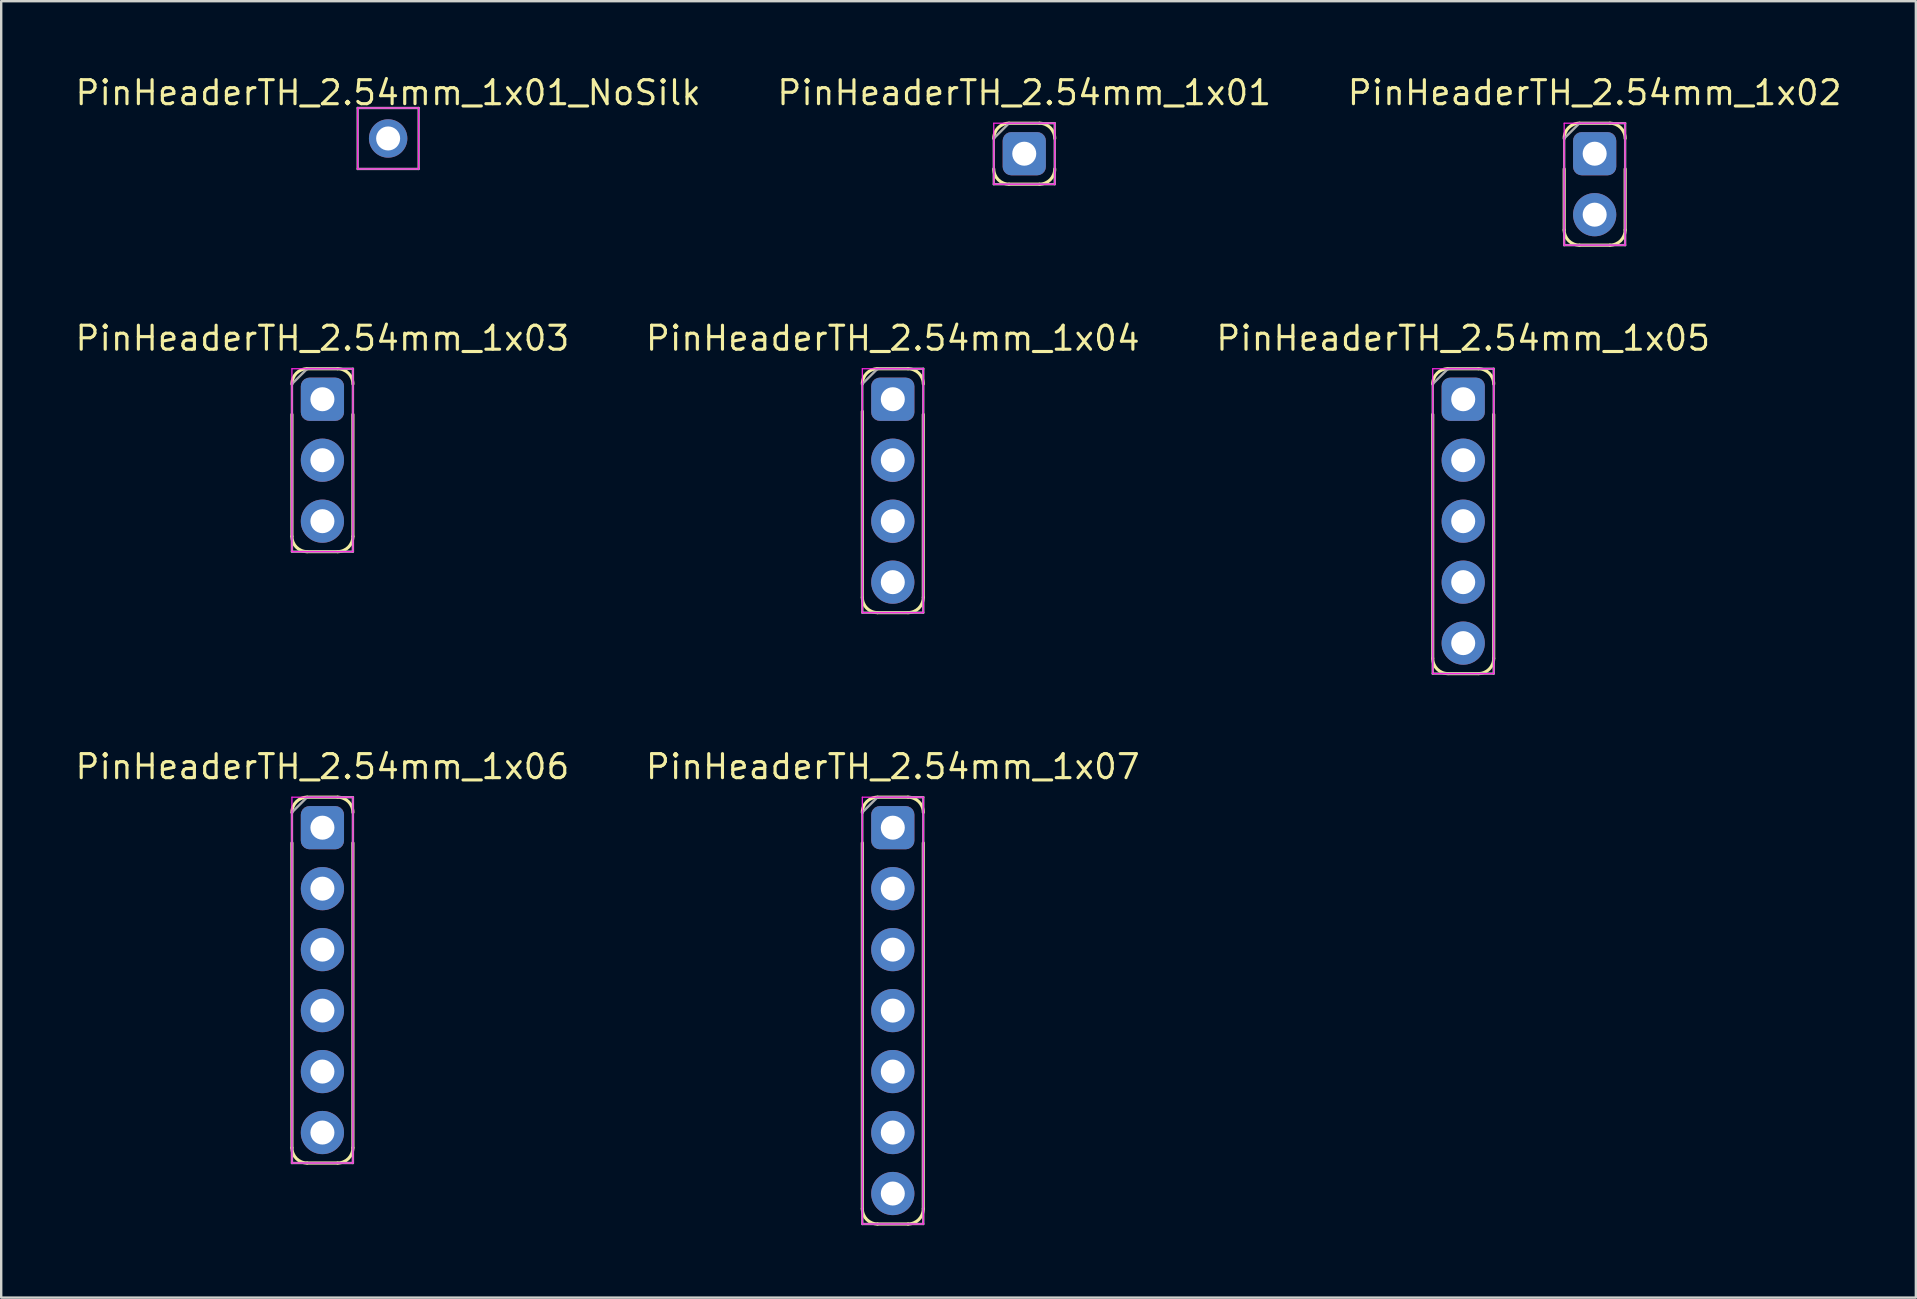
<source format=kicad_pcb>
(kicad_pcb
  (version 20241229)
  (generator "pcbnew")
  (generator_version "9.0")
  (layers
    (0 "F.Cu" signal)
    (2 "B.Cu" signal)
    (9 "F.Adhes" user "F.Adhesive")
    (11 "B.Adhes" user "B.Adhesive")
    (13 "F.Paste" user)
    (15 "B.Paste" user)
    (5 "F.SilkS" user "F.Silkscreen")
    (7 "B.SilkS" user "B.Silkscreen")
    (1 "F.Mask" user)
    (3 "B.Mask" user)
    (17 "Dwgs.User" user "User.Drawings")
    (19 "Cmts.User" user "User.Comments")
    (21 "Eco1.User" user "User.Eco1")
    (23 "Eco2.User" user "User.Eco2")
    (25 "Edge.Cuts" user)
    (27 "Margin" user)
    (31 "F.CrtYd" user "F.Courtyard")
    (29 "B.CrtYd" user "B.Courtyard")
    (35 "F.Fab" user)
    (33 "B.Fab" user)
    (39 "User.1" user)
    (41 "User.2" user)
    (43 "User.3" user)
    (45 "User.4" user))
  (footprint "PinHeaderTH_2.54mm_1x03"
    (layer "F.Cu")
    (at 10.381 13.581)
    (property "Reference" "PinHeaderTH_2.54mm_1x03" (at 0 -2.54 0) (layer "F.SilkS") (effects (font (size 1 1) (thickness 0.13))))
    (attr through_hole)
    (fp_line (start -1.27 0.635) (end -1.27 5.715) (stroke (width 0.13) (type solid)) (layer "F.SilkS"))
    (fp_line (start -0.635 -1.27) (end 0.635 -1.27) (stroke (width 0.13) (type solid)) (layer "F.SilkS"))
    (fp_line (start -0.635 6.35) (end 0.635 6.35) (stroke (width 0.13) (type solid)) (layer "F.SilkS"))
    (fp_line (start 1.27 0.635) (end 1.27 5.715) (stroke (width 0.13) (type solid)) (layer "F.SilkS"))
    (fp_arc (start -1.27 -0.635) (mid -1.084013 -1.084013) (end -0.635 -1.27) (stroke (width 0.13) (type solid)) (layer "F.SilkS"))
    (fp_arc (start -0.635 6.35) (mid -1.084013 6.164013) (end -1.27 5.715) (stroke (width 0.13) (type solid)) (layer "F.SilkS"))
    (fp_arc (start 0.635 -1.27) (mid 1.084013 -1.084013) (end 1.27 -0.635) (stroke (width 0.13) (type solid)) (layer "F.SilkS"))
    (fp_arc (start 1.27 5.715) (mid 1.084013 6.164013) (end 0.635 6.35) (stroke (width 0.13) (type solid)) (layer "F.SilkS"))
    (fp_line (start -1.27 -1.27) (end -1.27 6.35) (stroke (width 0.05) (type solid)) (layer "F.CrtYd"))
    (fp_line (start -1.27 -1.27) (end 1.27 -1.27) (stroke (width 0.05) (type solid)) (layer "F.CrtYd"))
    (fp_line (start -1.27 6.35) (end 1.27 6.35) (stroke (width 0.05) (type solid)) (layer "F.CrtYd"))
    (fp_line (start 1.27 6.35) (end 1.27 -1.27) (stroke (width 0.05) (type solid)) (layer "F.CrtYd"))
    (fp_line (start -1.27 -0.635) (end -0.635 -1.27) (stroke (width 0.1) (type solid)) (layer "F.Fab"))
    (fp_line (start -1.27 6.35) (end -1.27 -0.635) (stroke (width 0.1) (type solid)) (layer "F.Fab"))
    (fp_line (start -0.635 -1.27) (end 1.27 -1.27) (stroke (width 0.1) (type solid)) (layer "F.Fab"))
    (fp_line (start 1.27 -1.27) (end 1.27 6.35) (stroke (width 0.1) (type solid)) (layer "F.Fab"))
    (fp_line (start 1.27 6.35) (end -1.27 6.35) (stroke (width 0.1) (type solid)) (layer "F.Fab"))
    (pad "1" thru_hole roundrect (at 0 0) (size 1.8 1.8) (drill 1) (layers "*.Cu" "*.Mask") (roundrect_rratio 0.2))
    (pad "2" thru_hole oval (at 0 2.54) (size 1.8 1.8) (drill 1) (layers "*.Cu" "*.Mask"))
    (pad "3" thru_hole oval (at 0 5.08) (size 1.8 1.8) (drill 1) (layers "*.Cu" "*.Mask")))
  (footprint "PinHeaderTH_2.54mm_1x04"
    (layer "F.Cu")
    (at 34.142 13.581)
    (property "Reference" "PinHeaderTH_2.54mm_1x04" (at 0 -2.54 0) (layer "F.SilkS") (effects (font (size 1 1) (thickness 0.13))))
    (attr through_hole)
    (fp_line (start -1.27 0.508) (end -1.27 8.255) (stroke (width 0.13) (type solid)) (layer "F.SilkS"))
    (fp_line (start -0.635 -1.27) (end 0.635 -1.27) (stroke (width 0.13) (type solid)) (layer "F.SilkS"))
    (fp_line (start -0.635 8.89) (end 0.635 8.89) (stroke (width 0.13) (type solid)) (layer "F.SilkS"))
    (fp_line (start 1.27 0.635) (end 1.27 8.255) (stroke (width 0.13) (type solid)) (layer "F.SilkS"))
    (fp_arc (start -1.27 -0.635) (mid -1.084013 -1.084013) (end -0.635 -1.27) (stroke (width 0.13) (type solid)) (layer "F.SilkS"))
    (fp_arc (start -0.635 8.89) (mid -1.084013 8.704013) (end -1.27 8.255) (stroke (width 0.13) (type solid)) (layer "F.SilkS"))
    (fp_arc (start 0.635 -1.27) (mid 1.084013 -1.084013) (end 1.27 -0.635) (stroke (width 0.13) (type solid)) (layer "F.SilkS"))
    (fp_arc (start 1.27 8.255) (mid 1.084013 8.704013) (end 0.635 8.89) (stroke (width 0.13) (type solid)) (layer "F.SilkS"))
    (fp_line (start -1.27 -1.27) (end -1.27 8.89) (stroke (width 0.05) (type solid)) (layer "F.CrtYd"))
    (fp_line (start -1.27 -1.27) (end 1.27 -1.27) (stroke (width 0.05) (type solid)) (layer "F.CrtYd"))
    (fp_line (start -1.27 8.89) (end 1.27 8.89) (stroke (width 0.05) (type solid)) (layer "F.CrtYd"))
    (fp_line (start 1.27 8.89) (end 1.27 -1.27) (stroke (width 0.05) (type solid)) (layer "F.CrtYd"))
    (fp_line (start -1.27 -0.635) (end -0.635 -1.27) (stroke (width 0.1) (type solid)) (layer "F.Fab"))
    (fp_line (start -1.27 8.89) (end -1.27 -0.635) (stroke (width 0.1) (type solid)) (layer "F.Fab"))
    (fp_line (start -0.635 -1.27) (end 1.27 -1.27) (stroke (width 0.1) (type solid)) (layer "F.Fab"))
    (fp_line (start 1.27 -1.27) (end 1.27 8.89) (stroke (width 0.1) (type solid)) (layer "F.Fab"))
    (fp_line (start 1.27 8.89) (end -1.27 8.89) (stroke (width 0.1) (type solid)) (layer "F.Fab"))
    (pad "1" thru_hole roundrect (at 0 0) (size 1.8 1.8) (drill 1) (layers "*.Cu" "*.Mask") (roundrect_rratio 0.2))
    (pad "2" thru_hole oval (at 0 2.54) (size 1.8 1.8) (drill 1) (layers "*.Cu" "*.Mask"))
    (pad "3" thru_hole oval (at 0 5.08) (size 1.8 1.8) (drill 1) (layers "*.Cu" "*.Mask"))
    (pad "4" thru_hole oval (at 0 7.62) (size 1.8 1.8) (drill 1) (layers "*.Cu" "*.Mask")))
  (footprint "PinHeaderTH_2.54mm_1x06"
    (layer "F.Cu")
    (at 10.381 31.429)
    (property "Reference" "PinHeaderTH_2.54mm_1x06" (at 0 -2.54 0) (layer "F.SilkS") (effects (font (size 1 1) (thickness 0.13))))
    (attr through_hole)
    (fp_line (start -1.27 0.635) (end -1.27 13.335) (stroke (width 0.13) (type solid)) (layer "F.SilkS"))
    (fp_line (start -0.635 -1.27) (end 0.635 -1.27) (stroke (width 0.13) (type solid)) (layer "F.SilkS"))
    (fp_line (start -0.635 13.97) (end 0.635 13.97) (stroke (width 0.13) (type solid)) (layer "F.SilkS"))
    (fp_line (start 1.27 0.635) (end 1.27 13.335) (stroke (width 0.13) (type solid)) (layer "F.SilkS"))
    (fp_arc (start -1.27 -0.635) (mid -1.084013 -1.084013) (end -0.635 -1.27) (stroke (width 0.13) (type solid)) (layer "F.SilkS"))
    (fp_arc (start -0.635 13.97) (mid -1.084013 13.784013) (end -1.27 13.335) (stroke (width 0.13) (type solid)) (layer "F.SilkS"))
    (fp_arc (start 0.635 -1.27) (mid 1.084013 -1.084013) (end 1.27 -0.635) (stroke (width 0.13) (type solid)) (layer "F.SilkS"))
    (fp_arc (start 1.27 13.335) (mid 1.084013 13.784013) (end 0.635 13.97) (stroke (width 0.13) (type solid)) (layer "F.SilkS"))
    (fp_line (start -1.27 -1.27) (end -1.27 13.97) (stroke (width 0.05) (type solid)) (layer "F.CrtYd"))
    (fp_line (start -1.27 -1.27) (end 1.27 -1.27) (stroke (width 0.05) (type solid)) (layer "F.CrtYd"))
    (fp_line (start -1.27 13.97) (end 1.27 13.97) (stroke (width 0.05) (type solid)) (layer "F.CrtYd"))
    (fp_line (start 1.27 13.97) (end 1.27 -1.27) (stroke (width 0.05) (type solid)) (layer "F.CrtYd"))
    (fp_line (start -1.27 -0.635) (end -0.635 -1.27) (stroke (width 0.1) (type solid)) (layer "F.Fab"))
    (fp_line (start -1.27 13.97) (end -1.27 -0.635) (stroke (width 0.1) (type solid)) (layer "F.Fab"))
    (fp_line (start -0.635 -1.27) (end 1.27 -1.27) (stroke (width 0.1) (type solid)) (layer "F.Fab"))
    (fp_line (start 1.27 -1.27) (end 1.27 13.97) (stroke (width 0.1) (type solid)) (layer "F.Fab"))
    (fp_line (start 1.27 13.97) (end -1.27 13.97) (stroke (width 0.1) (type solid)) (layer "F.Fab"))
    (pad "1" thru_hole roundrect (at 0 0) (size 1.8 1.8) (drill 1) (layers "*.Cu" "*.Mask") (roundrect_rratio 0.2))
    (pad "2" thru_hole oval (at 0 2.54) (size 1.8 1.8) (drill 1) (layers "*.Cu" "*.Mask"))
    (pad "3" thru_hole oval (at 0 5.08) (size 1.8 1.8) (drill 1) (layers "*.Cu" "*.Mask"))
    (pad "4" thru_hole oval (at 0 7.62) (size 1.8 1.8) (drill 1) (layers "*.Cu" "*.Mask"))
    (pad "5" thru_hole oval (at 0 10.16) (size 1.8 1.8) (drill 1) (layers "*.Cu" "*.Mask"))
    (pad "6" thru_hole oval (at 0 12.7) (size 1.8 1.8) (drill 1) (layers "*.Cu" "*.Mask")))
  (footprint "PinHeaderTH_2.54mm_1x07"
    (layer "F.Cu")
    (at 34.142 31.429)
    (property "Reference" "PinHeaderTH_2.54mm_1x07" (at 0 -2.54 0) (layer "F.SilkS") (effects (font (size 1 1) (thickness 0.13))))
    (attr through_hole)
    (fp_line (start -1.27 0.635) (end -1.27 15.875) (stroke (width 0.13) (type solid)) (layer "F.SilkS"))
    (fp_line (start -0.635 -1.27) (end 0.635 -1.27) (stroke (width 0.13) (type solid)) (layer "F.SilkS"))
    (fp_line (start -0.635 16.51) (end 0.635 16.51) (stroke (width 0.13) (type solid)) (layer "F.SilkS"))
    (fp_line (start 1.27 0.635) (end 1.27 15.875) (stroke (width 0.13) (type solid)) (layer "F.SilkS"))
    (fp_arc (start -1.27 -0.635) (mid -1.084013 -1.084013) (end -0.635 -1.27) (stroke (width 0.13) (type solid)) (layer "F.SilkS"))
    (fp_arc (start -0.635 16.51) (mid -1.084013 16.324013) (end -1.27 15.875) (stroke (width 0.13) (type solid)) (layer "F.SilkS"))
    (fp_arc (start 0.635 -1.27) (mid 1.084013 -1.084013) (end 1.27 -0.635) (stroke (width 0.13) (type solid)) (layer "F.SilkS"))
    (fp_arc (start 1.27 15.875) (mid 1.084013 16.324013) (end 0.635 16.51) (stroke (width 0.13) (type solid)) (layer "F.SilkS"))
    (fp_line (start -1.27 -1.27) (end -1.27 16.51) (stroke (width 0.05) (type solid)) (layer "F.CrtYd"))
    (fp_line (start -1.27 -1.27) (end 1.27 -1.27) (stroke (width 0.05) (type solid)) (layer "F.CrtYd"))
    (fp_line (start -1.27 16.51) (end 1.27 16.51) (stroke (width 0.05) (type solid)) (layer "F.CrtYd"))
    (fp_line (start 1.27 16.51) (end 1.27 -1.27) (stroke (width 0.05) (type solid)) (layer "F.CrtYd"))
    (fp_line (start -1.27 -0.635) (end -0.635 -1.27) (stroke (width 0.1) (type solid)) (layer "F.Fab"))
    (fp_line (start -1.27 16.51) (end -1.27 -0.635) (stroke (width 0.1) (type solid)) (layer "F.Fab"))
    (fp_line (start -0.635 -1.27) (end 1.27 -1.27) (stroke (width 0.1) (type solid)) (layer "F.Fab"))
    (fp_line (start 1.27 -1.27) (end 1.27 16.51) (stroke (width 0.1) (type solid)) (layer "F.Fab"))
    (fp_line (start 1.27 16.51) (end -1.27 16.51) (stroke (width 0.1) (type solid)) (layer "F.Fab"))
    (pad "1" thru_hole roundrect (at 0 0) (size 1.8 1.8) (drill 1) (layers "*.Cu" "*.Mask") (roundrect_rratio 0.2))
    (pad "2" thru_hole oval (at 0 2.54) (size 1.8 1.8) (drill 1) (layers "*.Cu" "*.Mask"))
    (pad "3" thru_hole oval (at 0 5.08) (size 1.8 1.8) (drill 1) (layers "*.Cu" "*.Mask"))
    (pad "4" thru_hole oval (at 0 7.62) (size 1.8 1.8) (drill 1) (layers "*.Cu" "*.Mask"))
    (pad "5" thru_hole oval (at 0 10.16) (size 1.8 1.8) (drill 1) (layers "*.Cu" "*.Mask"))
    (pad "6" thru_hole oval (at 0 12.7) (size 1.8 1.8) (drill 1) (layers "*.Cu" "*.Mask"))
    (pad "7" thru_hole oval (at 0 15.24) (size 1.8 1.8) (drill 1) (layers "*.Cu" "*.Mask")))
  (footprint "PinHeaderTH_2.54mm_1x01"
    (layer "F.Cu")
    (at 39.618 3.353)
    (property "Reference" "PinHeaderTH_2.54mm_1x01" (at 0 -2.54 0) (layer "F.SilkS") (effects (font (size 1 1) (thickness 0.13))))
    (attr through_hole)
    (fp_line (start -0.635 -1.27) (end 0.635 -1.27) (stroke (width 0.13) (type solid)) (layer "F.SilkS"))
    (fp_line (start -0.635 1.27) (end 0.635 1.27) (stroke (width 0.13) (type solid)) (layer "F.SilkS"))
    (fp_arc (start -1.27 -0.635) (mid -1.084013 -1.084013) (end -0.635 -1.27) (stroke (width 0.13) (type solid)) (layer "F.SilkS"))
    (fp_arc (start -0.635 1.27) (mid -1.084013 1.084013) (end -1.27 0.635) (stroke (width 0.13) (type solid)) (layer "F.SilkS"))
    (fp_arc (start 0.635 -1.27) (mid 1.084013 -1.084013) (end 1.27 -0.635) (stroke (width 0.13) (type solid)) (layer "F.SilkS"))
    (fp_arc (start 1.27 0.635) (mid 1.084013 1.084013) (end 0.635 1.27) (stroke (width 0.13) (type solid)) (layer "F.SilkS"))
    (fp_line (start -1.27 -1.27) (end -1.27 1.27) (stroke (width 0.05) (type solid)) (layer "F.CrtYd"))
    (fp_line (start -1.27 -1.27) (end 1.27 -1.27) (stroke (width 0.05) (type solid)) (layer "F.CrtYd"))
    (fp_line (start -1.27 1.27) (end 1.27 1.27) (stroke (width 0.05) (type solid)) (layer "F.CrtYd"))
    (fp_line (start 1.27 1.27) (end 1.27 -1.27) (stroke (width 0.05) (type solid)) (layer "F.CrtYd"))
    (fp_line (start -1.27 -0.635) (end -0.635 -1.27) (stroke (width 0.1) (type solid)) (layer "F.Fab"))
    (fp_line (start -1.27 1.27) (end -1.27 -0.635) (stroke (width 0.1) (type solid)) (layer "F.Fab"))
    (fp_line (start -0.635 -1.27) (end 1.27 -1.27) (stroke (width 0.1) (type solid)) (layer "F.Fab"))
    (fp_line (start 1.27 -1.27) (end 1.27 1.27) (stroke (width 0.1) (type solid)) (layer "F.Fab"))
    (fp_line (start 1.27 1.27) (end -1.27 1.27) (stroke (width 0.1) (type solid)) (layer "F.Fab"))
    (pad "1" thru_hole roundrect (at 0 0) (size 1.8 1.8) (drill 1) (layers "*.Cu" "*.Mask") (roundrect_rratio 0.2)))
  (footprint "PinHeaderTH_2.54mm_1x02"
    (layer "F.Cu")
    (at 63.38 3.353)
    (property "Reference" "PinHeaderTH_2.54mm_1x02" (at 0 -2.54 0) (layer "F.SilkS") (effects (font (size 1 1) (thickness 0.13))))
    (attr through_hole)
    (fp_line (start -1.27 0.635) (end -1.27 3.175) (stroke (width 0.13) (type solid)) (layer "F.SilkS"))
    (fp_line (start -0.635 -1.27) (end 0.635 -1.27) (stroke (width 0.13) (type solid)) (layer "F.SilkS"))
    (fp_line (start -0.635 3.81) (end 0.635 3.81) (stroke (width 0.13) (type solid)) (layer "F.SilkS"))
    (fp_line (start 1.27 0.635) (end 1.27 3.175) (stroke (width 0.13) (type solid)) (layer "F.SilkS"))
    (fp_arc (start -1.27 -0.635) (mid -1.084013 -1.084013) (end -0.635 -1.27) (stroke (width 0.13) (type solid)) (layer "F.SilkS"))
    (fp_arc (start -0.635 3.81) (mid -1.084013 3.624013) (end -1.27 3.175) (stroke (width 0.13) (type solid)) (layer "F.SilkS"))
    (fp_arc (start 0.635 -1.27) (mid 1.084013 -1.084013) (end 1.27 -0.635) (stroke (width 0.13) (type solid)) (layer "F.SilkS"))
    (fp_arc (start 1.27 3.175) (mid 1.084013 3.624013) (end 0.635 3.81) (stroke (width 0.13) (type solid)) (layer "F.SilkS"))
    (fp_line (start -1.27 -1.27) (end -1.27 3.81) (stroke (width 0.05) (type solid)) (layer "F.CrtYd"))
    (fp_line (start -1.27 -1.27) (end 1.27 -1.27) (stroke (width 0.05) (type solid)) (layer "F.CrtYd"))
    (fp_line (start -1.27 3.81) (end 1.27 3.81) (stroke (width 0.05) (type solid)) (layer "F.CrtYd"))
    (fp_line (start 1.27 3.81) (end 1.27 -1.27) (stroke (width 0.05) (type solid)) (layer "F.CrtYd"))
    (fp_line (start -1.27 -0.635) (end -0.635 -1.27) (stroke (width 0.1) (type solid)) (layer "F.Fab"))
    (fp_line (start -1.27 3.81) (end -1.27 -0.635) (stroke (width 0.1) (type solid)) (layer "F.Fab"))
    (fp_line (start -0.635 -1.27) (end 1.27 -1.27) (stroke (width 0.1) (type solid)) (layer "F.Fab"))
    (fp_line (start 1.27 -1.27) (end 1.27 3.81) (stroke (width 0.1) (type solid)) (layer "F.Fab"))
    (fp_line (start 1.27 3.81) (end -1.27 3.81) (stroke (width 0.1) (type solid)) (layer "F.Fab"))
    (pad "1" thru_hole roundrect (at 0 0) (size 1.8 1.8) (drill 1) (layers "*.Cu" "*.Mask") (roundrect_rratio 0.2))
    (pad "2" thru_hole oval (at 0 2.54) (size 1.8 1.8) (drill 1) (layers "*.Cu" "*.Mask")))
  (footprint "PinHeaderTH_2.54mm_1x05"
    (layer "F.Cu")
    (at 57.904 13.581)
    (property "Reference" "PinHeaderTH_2.54mm_1x05" (at 0 -2.54 0) (layer "F.SilkS") (effects (font (size 1 1) (thickness 0.13))))
    (attr through_hole)
    (fp_line (start -1.27 0.635) (end -1.27 10.795) (stroke (width 0.13) (type solid)) (layer "F.SilkS"))
    (fp_line (start -0.635 -1.27) (end 0.635 -1.27) (stroke (width 0.13) (type solid)) (layer "F.SilkS"))
    (fp_line (start -0.635 11.43) (end 0.635 11.43) (stroke (width 0.13) (type solid)) (layer "F.SilkS"))
    (fp_line (start 1.27 0.635) (end 1.27 10.795) (stroke (width 0.13) (type solid)) (layer "F.SilkS"))
    (fp_arc (start -1.27 -0.635) (mid -1.084013 -1.084013) (end -0.635 -1.27) (stroke (width 0.13) (type solid)) (layer "F.SilkS"))
    (fp_arc (start -0.635 11.43) (mid -1.084013 11.244013) (end -1.27 10.795) (stroke (width 0.13) (type solid)) (layer "F.SilkS"))
    (fp_arc (start 0.635 -1.27) (mid 1.084013 -1.084013) (end 1.27 -0.635) (stroke (width 0.13) (type solid)) (layer "F.SilkS"))
    (fp_arc (start 1.27 10.795) (mid 1.084013 11.244013) (end 0.635 11.43) (stroke (width 0.13) (type solid)) (layer "F.SilkS"))
    (fp_line (start -1.27 -1.27) (end -1.27 11.43) (stroke (width 0.05) (type solid)) (layer "F.CrtYd"))
    (fp_line (start -1.27 -1.27) (end 1.27 -1.27) (stroke (width 0.05) (type solid)) (layer "F.CrtYd"))
    (fp_line (start -1.27 11.43) (end 1.27 11.43) (stroke (width 0.05) (type solid)) (layer "F.CrtYd"))
    (fp_line (start 1.27 11.43) (end 1.27 -1.27) (stroke (width 0.05) (type solid)) (layer "F.CrtYd"))
    (fp_line (start -1.27 -0.635) (end -0.635 -1.27) (stroke (width 0.1) (type solid)) (layer "F.Fab"))
    (fp_line (start -1.27 11.43) (end -1.27 -0.635) (stroke (width 0.1) (type solid)) (layer "F.Fab"))
    (fp_line (start -0.635 -1.27) (end 1.27 -1.27) (stroke (width 0.1) (type solid)) (layer "F.Fab"))
    (fp_line (start 1.27 -1.27) (end 1.27 11.43) (stroke (width 0.1) (type solid)) (layer "F.Fab"))
    (fp_line (start 1.27 11.43) (end -1.27 11.43) (stroke (width 0.1) (type solid)) (layer "F.Fab"))
    (pad "1" thru_hole roundrect (at 0 0) (size 1.8 1.8) (drill 1) (layers "*.Cu" "*.Mask") (roundrect_rratio 0.2))
    (pad "2" thru_hole oval (at 0 2.54) (size 1.8 1.8) (drill 1) (layers "*.Cu" "*.Mask"))
    (pad "3" thru_hole oval (at 0 5.08) (size 1.8 1.8) (drill 1) (layers "*.Cu" "*.Mask"))
    (pad "4" thru_hole oval (at 0 7.62) (size 1.8 1.8) (drill 1) (layers "*.Cu" "*.Mask"))
    (pad "5" thru_hole oval (at 0 10.16) (size 1.8 1.8) (drill 1) (layers "*.Cu" "*.Mask")))
  (footprint "PinHeaderTH_2.54mm_1x01_NoSilk"
    (layer "F.Cu")
    (at 13.119 2.718)
    (property "Reference" "PinHeaderTH_2.54mm_1x01_NoSilk" (at 0 -1.905 0) (layer "F.SilkS") (effects (font (size 1 1) (thickness 0.13))))
    (attr through_hole)
    (fp_line (start -1.27 -1.27) (end -1.27 1.27) (stroke (width 0.05) (type solid)) (layer "F.CrtYd"))
    (fp_line (start -1.27 -1.27) (end 1.27 -1.27) (stroke (width 0.05) (type solid)) (layer "F.CrtYd"))
    (fp_line (start -1.27 1.27) (end 1.27 1.27) (stroke (width 0.05) (type solid)) (layer "F.CrtYd"))
    (fp_line (start 1.27 1.27) (end 1.27 -1.27) (stroke (width 0.05) (type solid)) (layer "F.CrtYd"))
    (fp_line (start -1.27 -1.27) (end 1.27 -1.27) (stroke (width 0.1) (type solid)) (layer "F.Fab"))
    (fp_line (start -1.27 1.27) (end -1.27 -1.27) (stroke (width 0.1) (type solid)) (layer "F.Fab"))
    (fp_line (start 1.27 -1.27) (end 1.27 1.27) (stroke (width 0.1) (type solid)) (layer "F.Fab"))
    (fp_line (start 1.27 1.27) (end -1.27 1.27) (stroke (width 0.1) (type solid)) (layer "F.Fab"))
    (pad "1" thru_hole oval (at 0 0) (size 1.6 1.6) (drill 1) (layers "*.Cu" "*.Mask")))
  (gr_rect
    (start -3 -3)
    (end 76.76 51.004)
    (stroke (width 0.1) (type default))
    (fill no)
    (layer "Edge.Cuts")))
</source>
